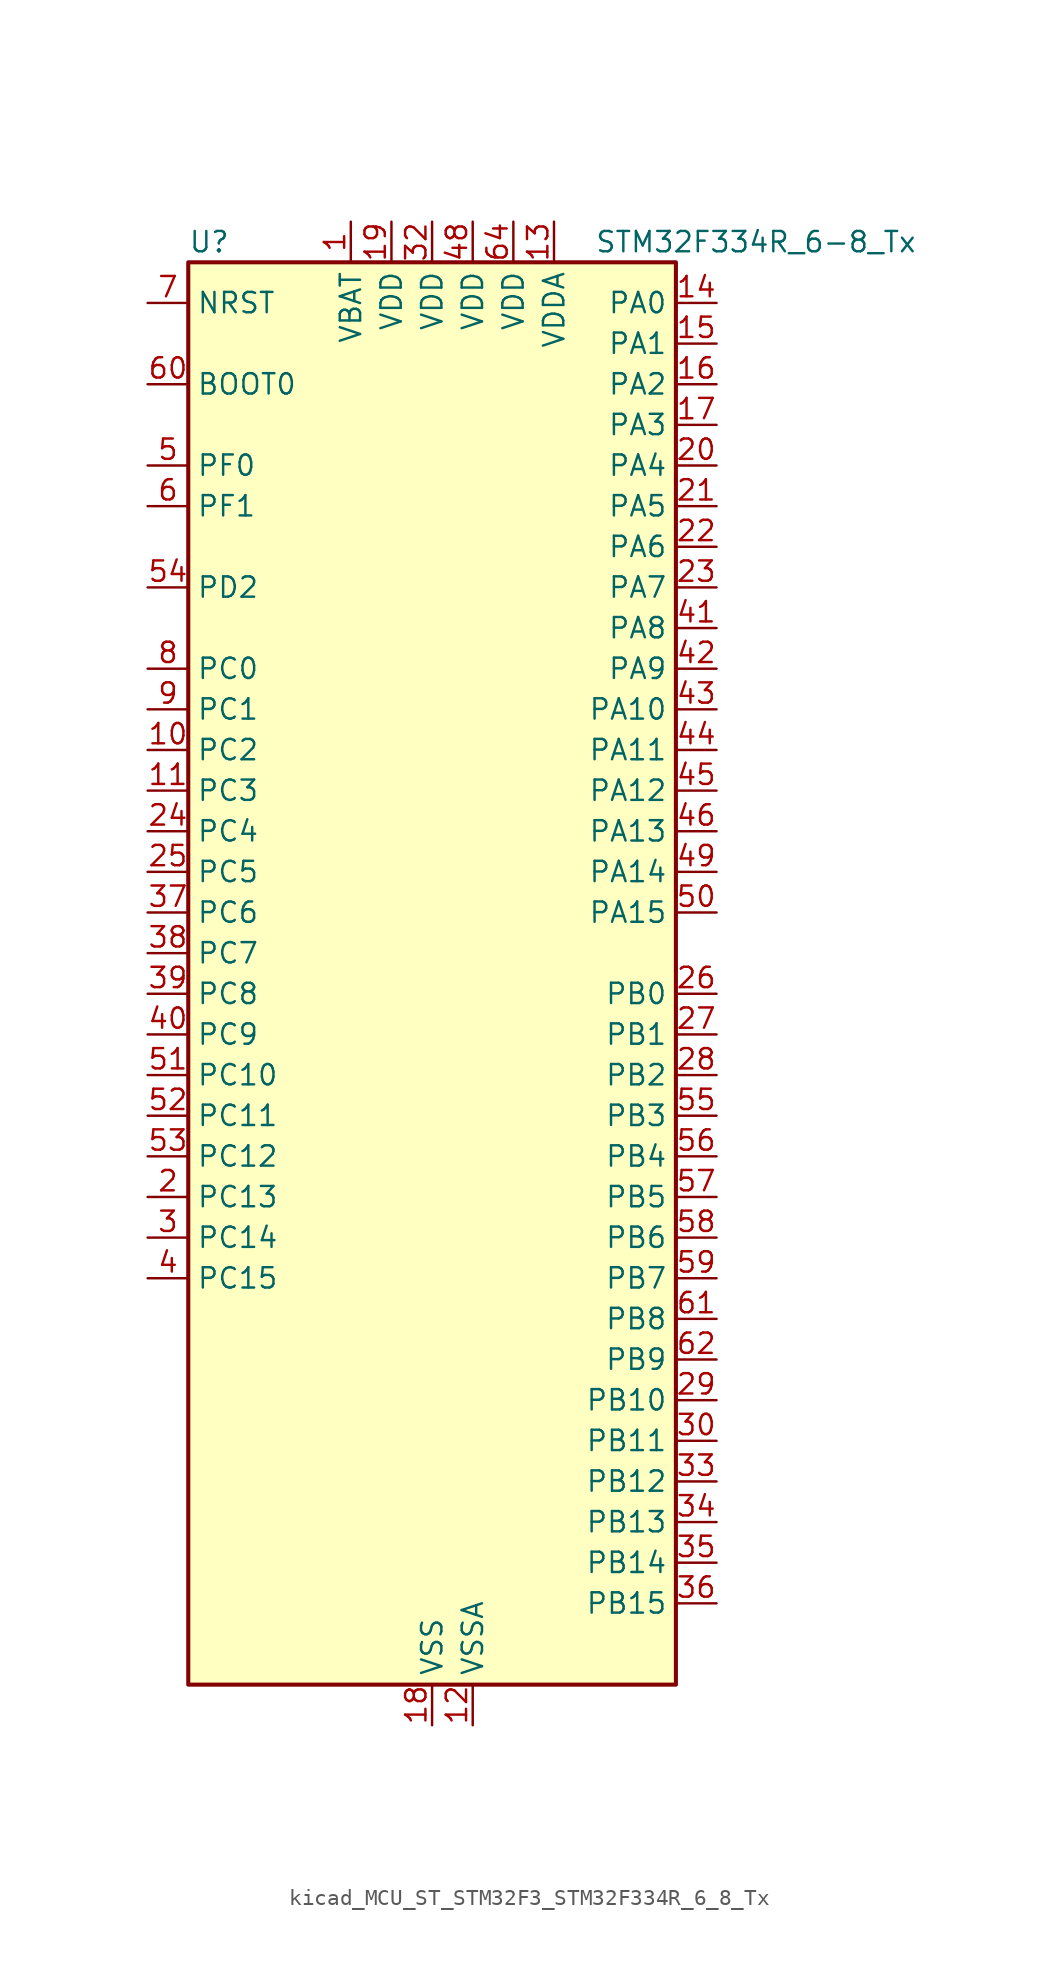
<source format=kicad_sym>
(kicad_symbol_lib
  (version 20220914)
  (generator kicad_symbol_editor)
  (symbol "kicad_MCU_ST_STM32F3_STM32F334R_6_8_Tx"
    (property "Reference" "U"
      (at -15.24 46.99 0)
      (effects (font (size 1.27 1.27)) (justify left)))
    (property "Value" "STM32F334R_6-8_Tx"
      (at 10.16 46.99 0)
      (effects (font (size 1.27 1.27)) (justify left)))
    (property "ki_locked" ""
      (at 0 0 0)
      (effects (font (size 1.27 1.27))))
    (symbol "kicad_MCU_ST_STM32F3_STM32F334R_6_8_Tx_0_1"
      (rectangle (start -15.24 -43.18) (end 15.24 45.72) (stroke (width 0.254) (type default)) (fill (type background))))
    (symbol "kicad_MCU_ST_STM32F3_STM32F334R_6_8_Tx_1_1"
      (pin power_in line (at -5.08 48.26 270) (length 2.54) (name "VBAT" (effects (font (size 1.27 1.27)))) (number "1" (effects (font (size 1.27 1.27)))))
      (pin bidirectional line (at -17.78 15.24 0) (length 2.54) (name "PC2" (effects (font (size 1.27 1.27)))) (number "10" (effects (font (size 1.27 1.27)))) (alternate "ADC1_IN8" bidirectional line) (alternate "ADC2_IN8" bidirectional line) (alternate "TIM1_CH3" bidirectional line))
      (pin bidirectional line (at -17.78 12.7 0) (length 2.54) (name "PC3" (effects (font (size 1.27 1.27)))) (number "11" (effects (font (size 1.27 1.27)))) (alternate "ADC1_IN9" bidirectional line) (alternate "ADC2_IN9" bidirectional line) (alternate "TIM1_BKIN2" bidirectional line) (alternate "TIM1_CH4" bidirectional line))
      (pin power_in line (at 2.54 -45.72 90) (length 2.54) (name "VSSA" (effects (font (size 1.27 1.27)))) (number "12" (effects (font (size 1.27 1.27)))))
      (pin power_in line (at 7.62 48.26 270) (length 2.54) (name "VDDA" (effects (font (size 1.27 1.27)))) (number "13" (effects (font (size 1.27 1.27)))))
      (pin bidirectional line (at 17.78 43.18 180) (length 2.54) (name "PA0" (effects (font (size 1.27 1.27)))) (number "14" (effects (font (size 1.27 1.27)))) (alternate "ADC1_IN1" bidirectional line) (alternate "RTC_TAMP2" bidirectional line) (alternate "SYS_WKUP1" bidirectional line) (alternate "TIM2_CH1" bidirectional line) (alternate "TIM2_ETR" bidirectional line) (alternate "TSC_G1_IO1" bidirectional line) (alternate "USART2_CTS" bidirectional line))
      (pin bidirectional line (at 17.78 40.64 180) (length 2.54) (name "PA1" (effects (font (size 1.27 1.27)))) (number "15" (effects (font (size 1.27 1.27)))) (alternate "ADC1_IN2" bidirectional line) (alternate "RTC_REFIN" bidirectional line) (alternate "TIM15_CH1N" bidirectional line) (alternate "TIM2_CH2" bidirectional line) (alternate "TSC_G1_IO2" bidirectional line) (alternate "USART2_DE" bidirectional line) (alternate "USART2_RTS" bidirectional line))
      (pin bidirectional line (at 17.78 38.1 180) (length 2.54) (name "PA2" (effects (font (size 1.27 1.27)))) (number "16" (effects (font (size 1.27 1.27)))) (alternate "ADC1_IN3" bidirectional line) (alternate "COMP2_INM" bidirectional line) (alternate "COMP2_OUT" bidirectional line) (alternate "TIM15_CH1" bidirectional line) (alternate "TIM2_CH3" bidirectional line) (alternate "TSC_G1_IO3" bidirectional line) (alternate "USART2_TX" bidirectional line))
      (pin bidirectional line (at 17.78 35.56 180) (length 2.54) (name "PA3" (effects (font (size 1.27 1.27)))) (number "17" (effects (font (size 1.27 1.27)))) (alternate "ADC1_IN4" bidirectional line) (alternate "TIM15_CH2" bidirectional line) (alternate "TIM2_CH4" bidirectional line) (alternate "TSC_G1_IO4" bidirectional line) (alternate "USART2_RX" bidirectional line))
      (pin power_in line (at 0 -45.72 90) (length 2.54) (name "VSS" (effects (font (size 1.27 1.27)))) (number "18" (effects (font (size 1.27 1.27)))))
      (pin power_in line (at -2.54 48.26 270) (length 2.54) (name "VDD" (effects (font (size 1.27 1.27)))) (number "19" (effects (font (size 1.27 1.27)))))
      (pin bidirectional line (at -17.78 -12.7 0) (length 2.54) (name "PC13" (effects (font (size 1.27 1.27)))) (number "2" (effects (font (size 1.27 1.27)))) (alternate "RTC_OUT_ALARM" bidirectional line) (alternate "RTC_OUT_CALIB" bidirectional line) (alternate "RTC_TAMP1" bidirectional line) (alternate "RTC_TS" bidirectional line) (alternate "SYS_WKUP2" bidirectional line) (alternate "TIM1_CH1N" bidirectional line))
      (pin bidirectional line (at 17.78 33.02 180) (length 2.54) (name "PA4" (effects (font (size 1.27 1.27)))) (number "20" (effects (font (size 1.27 1.27)))) (alternate "ADC2_IN1" bidirectional line) (alternate "COMP2_INM" bidirectional line) (alternate "COMP4_INM" bidirectional line) (alternate "COMP6_INM" bidirectional line) (alternate "DAC1_OUT1" bidirectional line) (alternate "SPI1_NSS" bidirectional line) (alternate "TIM3_CH2" bidirectional line) (alternate "TSC_G2_IO1" bidirectional line) (alternate "USART2_CK" bidirectional line))
      (pin bidirectional line (at 17.78 30.48 180) (length 2.54) (name "PA5" (effects (font (size 1.27 1.27)))) (number "21" (effects (font (size 1.27 1.27)))) (alternate "ADC2_IN2" bidirectional line) (alternate "DAC1_OUT2" bidirectional line) (alternate "OPAMP2_VINM" bidirectional line) (alternate "OPAMP2_VINM_SEC" bidirectional line) (alternate "SPI1_SCK" bidirectional line) (alternate "TIM2_CH1" bidirectional line) (alternate "TIM2_ETR" bidirectional line) (alternate "TSC_G2_IO2" bidirectional line))
      (pin bidirectional line (at 17.78 27.94 180) (length 2.54) (name "PA6" (effects (font (size 1.27 1.27)))) (number "22" (effects (font (size 1.27 1.27)))) (alternate "ADC2_IN3" bidirectional line) (alternate "DAC2_OUT1" bidirectional line) (alternate "OPAMP2_DIG" bidirectional line) (alternate "OPAMP2_VOUT" bidirectional line) (alternate "SPI1_MISO" bidirectional line) (alternate "TIM16_CH1" bidirectional line) (alternate "TIM1_BKIN" bidirectional line) (alternate "TIM3_CH1" bidirectional line) (alternate "TSC_G2_IO3" bidirectional line))
      (pin bidirectional line (at 17.78 25.4 180) (length 2.54) (name "PA7" (effects (font (size 1.27 1.27)))) (number "23" (effects (font (size 1.27 1.27)))) (alternate "ADC2_IN4" bidirectional line) (alternate "COMP2_INP" bidirectional line) (alternate "OPAMP2_VINP" bidirectional line) (alternate "OPAMP2_VINP_SEC" bidirectional line) (alternate "SPI1_MOSI" bidirectional line) (alternate "TIM17_CH1" bidirectional line) (alternate "TIM1_CH1N" bidirectional line) (alternate "TIM3_CH2" bidirectional line) (alternate "TSC_G2_IO4" bidirectional line))
      (pin bidirectional line (at -17.78 10.16 0) (length 2.54) (name "PC4" (effects (font (size 1.27 1.27)))) (number "24" (effects (font (size 1.27 1.27)))) (alternate "ADC2_IN5" bidirectional line) (alternate "TIM1_ETR" bidirectional line) (alternate "USART1_TX" bidirectional line))
      (pin bidirectional line (at -17.78 7.62 0) (length 2.54) (name "PC5" (effects (font (size 1.27 1.27)))) (number "25" (effects (font (size 1.27 1.27)))) (alternate "ADC2_IN11" bidirectional line) (alternate "OPAMP2_VINM" bidirectional line) (alternate "OPAMP2_VINM_SEC" bidirectional line) (alternate "TIM15_BKIN" bidirectional line) (alternate "TSC_G3_IO1" bidirectional line) (alternate "USART1_RX" bidirectional line))
      (pin bidirectional line (at 17.78 0 180) (length 2.54) (name "PB0" (effects (font (size 1.27 1.27)))) (number "26" (effects (font (size 1.27 1.27)))) (alternate "ADC1_IN11" bidirectional line) (alternate "COMP4_INP" bidirectional line) (alternate "OPAMP2_VINP" bidirectional line) (alternate "OPAMP2_VINP_SEC" bidirectional line) (alternate "TIM1_CH2N" bidirectional line) (alternate "TIM3_CH3" bidirectional line) (alternate "TSC_G3_IO2" bidirectional line))
      (pin bidirectional line (at 17.78 -2.54 180) (length 2.54) (name "PB1" (effects (font (size 1.27 1.27)))) (number "27" (effects (font (size 1.27 1.27)))) (alternate "ADC1_IN12" bidirectional line) (alternate "COMP4_OUT" bidirectional line) (alternate "HRTIM1_SCOUT" bidirectional line) (alternate "TIM1_CH3N" bidirectional line) (alternate "TIM3_CH4" bidirectional line) (alternate "TSC_G3_IO3" bidirectional line))
      (pin bidirectional line (at 17.78 -5.08 180) (length 2.54) (name "PB2" (effects (font (size 1.27 1.27)))) (number "28" (effects (font (size 1.27 1.27)))) (alternate "ADC2_IN12" bidirectional line) (alternate "COMP4_INM" bidirectional line) (alternate "HRTIM1_SCIN" bidirectional line) (alternate "TSC_G3_IO4" bidirectional line))
      (pin bidirectional line (at 17.78 -25.4 180) (length 2.54) (name "PB10" (effects (font (size 1.27 1.27)))) (number "29" (effects (font (size 1.27 1.27)))) (alternate "HRTIM1_FLT3" bidirectional line) (alternate "TIM2_CH3" bidirectional line) (alternate "TSC_SYNC" bidirectional line) (alternate "USART3_TX" bidirectional line))
      (pin bidirectional line (at -17.78 -15.24 0) (length 2.54) (name "PC14" (effects (font (size 1.27 1.27)))) (number "3" (effects (font (size 1.27 1.27)))) (alternate "RCC_OSC32_IN" bidirectional line))
      (pin bidirectional line (at 17.78 -27.94 180) (length 2.54) (name "PB11" (effects (font (size 1.27 1.27)))) (number "30" (effects (font (size 1.27 1.27)))) (alternate "ADC1_EXTI11" bidirectional line) (alternate "ADC2_EXTI11" bidirectional line) (alternate "COMP6_INP" bidirectional line) (alternate "HRTIM1_FLT4" bidirectional line) (alternate "TIM2_CH4" bidirectional line) (alternate "TSC_G6_IO1" bidirectional line) (alternate "USART3_RX" bidirectional line))
      (pin passive line (at 0 -45.72 90) (length 2.54) hide (name "VSS" (effects (font (size 1.27 1.27)))) (number "31" (effects (font (size 1.27 1.27)))))
      (pin power_in line (at 0 48.26 270) (length 2.54) (name "VDD" (effects (font (size 1.27 1.27)))) (number "32" (effects (font (size 1.27 1.27)))))
      (pin bidirectional line (at 17.78 -30.48 180) (length 2.54) (name "PB12" (effects (font (size 1.27 1.27)))) (number "33" (effects (font (size 1.27 1.27)))) (alternate "ADC2_IN13" bidirectional line) (alternate "HRTIM1_CHC1" bidirectional line) (alternate "TIM1_BKIN" bidirectional line) (alternate "TSC_G6_IO2" bidirectional line) (alternate "USART3_CK" bidirectional line))
      (pin bidirectional line (at 17.78 -33.02 180) (length 2.54) (name "PB13" (effects (font (size 1.27 1.27)))) (number "34" (effects (font (size 1.27 1.27)))) (alternate "ADC1_IN13" bidirectional line) (alternate "HRTIM1_CHC2" bidirectional line) (alternate "TIM1_CH1N" bidirectional line) (alternate "TSC_G6_IO3" bidirectional line) (alternate "USART3_CTS" bidirectional line))
      (pin bidirectional line (at 17.78 -35.56 180) (length 2.54) (name "PB14" (effects (font (size 1.27 1.27)))) (number "35" (effects (font (size 1.27 1.27)))) (alternate "ADC2_IN14" bidirectional line) (alternate "HRTIM1_CHD1" bidirectional line) (alternate "OPAMP2_VINP" bidirectional line) (alternate "OPAMP2_VINP_SEC" bidirectional line) (alternate "TIM15_CH1" bidirectional line) (alternate "TIM1_CH2N" bidirectional line) (alternate "TSC_G6_IO4" bidirectional line) (alternate "USART3_DE" bidirectional line) (alternate "USART3_RTS" bidirectional line))
      (pin bidirectional line (at 17.78 -38.1 180) (length 2.54) (name "PB15" (effects (font (size 1.27 1.27)))) (number "36" (effects (font (size 1.27 1.27)))) (alternate "ADC1_EXTI15" bidirectional line) (alternate "ADC2_EXTI15" bidirectional line) (alternate "ADC2_IN15" bidirectional line) (alternate "COMP6_INM" bidirectional line) (alternate "HRTIM1_CHD2" bidirectional line) (alternate "RTC_REFIN" bidirectional line) (alternate "TIM15_CH1N" bidirectional line) (alternate "TIM15_CH2" bidirectional line) (alternate "TIM1_CH3N" bidirectional line))
      (pin bidirectional line (at -17.78 5.08 0) (length 2.54) (name "PC6" (effects (font (size 1.27 1.27)))) (number "37" (effects (font (size 1.27 1.27)))) (alternate "COMP6_OUT" bidirectional line) (alternate "HRTIM1_EEV10" bidirectional line) (alternate "TIM3_CH1" bidirectional line))
      (pin bidirectional line (at -17.78 2.54 0) (length 2.54) (name "PC7" (effects (font (size 1.27 1.27)))) (number "38" (effects (font (size 1.27 1.27)))) (alternate "HRTIM1_FLT5" bidirectional line) (alternate "TIM3_CH2" bidirectional line))
      (pin bidirectional line (at -17.78 0 0) (length 2.54) (name "PC8" (effects (font (size 1.27 1.27)))) (number "39" (effects (font (size 1.27 1.27)))) (alternate "HRTIM1_CHE1" bidirectional line) (alternate "TIM3_CH3" bidirectional line))
      (pin bidirectional line (at -17.78 -17.78 0) (length 2.54) (name "PC15" (effects (font (size 1.27 1.27)))) (number "4" (effects (font (size 1.27 1.27)))) (alternate "ADC1_EXTI15" bidirectional line) (alternate "ADC2_EXTI15" bidirectional line) (alternate "RCC_OSC32_OUT" bidirectional line))
      (pin bidirectional line (at -17.78 -2.54 0) (length 2.54) (name "PC9" (effects (font (size 1.27 1.27)))) (number "40" (effects (font (size 1.27 1.27)))) (alternate "DAC1_EXTI9" bidirectional line) (alternate "DAC2_EXTI9" bidirectional line) (alternate "HRTIM1_CHE2" bidirectional line) (alternate "TIM3_CH4" bidirectional line))
      (pin bidirectional line (at 17.78 22.86 180) (length 2.54) (name "PA8" (effects (font (size 1.27 1.27)))) (number "41" (effects (font (size 1.27 1.27)))) (alternate "HRTIM1_CHA1" bidirectional line) (alternate "RCC_MCO" bidirectional line) (alternate "TIM1_CH1" bidirectional line) (alternate "USART1_CK" bidirectional line))
      (pin bidirectional line (at 17.78 20.32 180) (length 2.54) (name "PA9" (effects (font (size 1.27 1.27)))) (number "42" (effects (font (size 1.27 1.27)))) (alternate "DAC1_EXTI9" bidirectional line) (alternate "DAC2_EXTI9" bidirectional line) (alternate "HRTIM1_CHA2" bidirectional line) (alternate "TIM15_BKIN" bidirectional line) (alternate "TIM1_CH2" bidirectional line) (alternate "TIM2_CH3" bidirectional line) (alternate "TSC_G4_IO1" bidirectional line) (alternate "USART1_TX" bidirectional line))
      (pin bidirectional line (at 17.78 17.78 180) (length 2.54) (name "PA10" (effects (font (size 1.27 1.27)))) (number "43" (effects (font (size 1.27 1.27)))) (alternate "COMP6_OUT" bidirectional line) (alternate "HRTIM1_CHB1" bidirectional line) (alternate "TIM17_BKIN" bidirectional line) (alternate "TIM1_CH3" bidirectional line) (alternate "TIM2_CH4" bidirectional line) (alternate "TSC_G4_IO2" bidirectional line) (alternate "USART1_RX" bidirectional line))
      (pin bidirectional line (at 17.78 15.24 180) (length 2.54) (name "PA11" (effects (font (size 1.27 1.27)))) (number "44" (effects (font (size 1.27 1.27)))) (alternate "ADC1_EXTI11" bidirectional line) (alternate "ADC2_EXTI11" bidirectional line) (alternate "CAN_RX" bidirectional line) (alternate "HRTIM1_CHB2" bidirectional line) (alternate "TIM1_BKIN2" bidirectional line) (alternate "TIM1_CH1N" bidirectional line) (alternate "TIM1_CH4" bidirectional line) (alternate "USART1_CTS" bidirectional line))
      (pin bidirectional line (at 17.78 12.7 180) (length 2.54) (name "PA12" (effects (font (size 1.27 1.27)))) (number "45" (effects (font (size 1.27 1.27)))) (alternate "CAN_TX" bidirectional line) (alternate "COMP2_OUT" bidirectional line) (alternate "HRTIM1_FLT1" bidirectional line) (alternate "TIM16_CH1" bidirectional line) (alternate "TIM1_CH2N" bidirectional line) (alternate "TIM1_ETR" bidirectional line) (alternate "USART1_DE" bidirectional line) (alternate "USART1_RTS" bidirectional line))
      (pin bidirectional line (at 17.78 10.16 180) (length 2.54) (name "PA13" (effects (font (size 1.27 1.27)))) (number "46" (effects (font (size 1.27 1.27)))) (alternate "IR_OUT" bidirectional line) (alternate "SYS_JTMS-SWDIO" bidirectional line) (alternate "TIM16_CH1N" bidirectional line) (alternate "TSC_G4_IO3" bidirectional line) (alternate "USART3_CTS" bidirectional line))
      (pin passive line (at 0 -45.72 90) (length 2.54) hide (name "VSS" (effects (font (size 1.27 1.27)))) (number "47" (effects (font (size 1.27 1.27)))))
      (pin power_in line (at 2.54 48.26 270) (length 2.54) (name "VDD" (effects (font (size 1.27 1.27)))) (number "48" (effects (font (size 1.27 1.27)))))
      (pin bidirectional line (at 17.78 7.62 180) (length 2.54) (name "PA14" (effects (font (size 1.27 1.27)))) (number "49" (effects (font (size 1.27 1.27)))) (alternate "I2C1_SDA" bidirectional line) (alternate "SYS_JTCK-SWCLK" bidirectional line) (alternate "TIM1_BKIN" bidirectional line) (alternate "TSC_G4_IO4" bidirectional line) (alternate "USART2_TX" bidirectional line))
      (pin bidirectional line (at -17.78 33.02 0) (length 2.54) (name "PF0" (effects (font (size 1.27 1.27)))) (number "5" (effects (font (size 1.27 1.27)))) (alternate "RCC_OSC_IN" bidirectional line) (alternate "TIM1_CH3N" bidirectional line))
      (pin bidirectional line (at 17.78 5.08 180) (length 2.54) (name "PA15" (effects (font (size 1.27 1.27)))) (number "50" (effects (font (size 1.27 1.27)))) (alternate "ADC1_EXTI15" bidirectional line) (alternate "ADC2_EXTI15" bidirectional line) (alternate "HRTIM1_FLT2" bidirectional line) (alternate "I2C1_SCL" bidirectional line) (alternate "SPI1_NSS" bidirectional line) (alternate "SYS_JTDI" bidirectional line) (alternate "TIM1_BKIN" bidirectional line) (alternate "TIM2_CH1" bidirectional line) (alternate "TIM2_ETR" bidirectional line) (alternate "TSC_SYNC" bidirectional line) (alternate "USART2_RX" bidirectional line))
      (pin bidirectional line (at -17.78 -5.08 0) (length 2.54) (name "PC10" (effects (font (size 1.27 1.27)))) (number "51" (effects (font (size 1.27 1.27)))) (alternate "USART3_TX" bidirectional line))
      (pin bidirectional line (at -17.78 -7.62 0) (length 2.54) (name "PC11" (effects (font (size 1.27 1.27)))) (number "52" (effects (font (size 1.27 1.27)))) (alternate "ADC1_EXTI11" bidirectional line) (alternate "ADC2_EXTI11" bidirectional line) (alternate "HRTIM1_EEV2" bidirectional line) (alternate "USART3_RX" bidirectional line))
      (pin bidirectional line (at -17.78 -10.16 0) (length 2.54) (name "PC12" (effects (font (size 1.27 1.27)))) (number "53" (effects (font (size 1.27 1.27)))) (alternate "HRTIM1_EEV1" bidirectional line) (alternate "USART3_CK" bidirectional line))
      (pin bidirectional line (at -17.78 25.4 0) (length 2.54) (name "PD2" (effects (font (size 1.27 1.27)))) (number "54" (effects (font (size 1.27 1.27)))) (alternate "TIM3_ETR" bidirectional line))
      (pin bidirectional line (at 17.78 -7.62 180) (length 2.54) (name "PB3" (effects (font (size 1.27 1.27)))) (number "55" (effects (font (size 1.27 1.27)))) (alternate "HRTIM1_EEV9" bidirectional line) (alternate "HRTIM1_SCOUT" bidirectional line) (alternate "SPI1_SCK" bidirectional line) (alternate "SYS_JTDO-TRACESWO" bidirectional line) (alternate "TIM2_CH2" bidirectional line) (alternate "TIM3_ETR" bidirectional line) (alternate "TSC_G5_IO1" bidirectional line) (alternate "USART2_TX" bidirectional line))
      (pin bidirectional line (at 17.78 -10.16 180) (length 2.54) (name "PB4" (effects (font (size 1.27 1.27)))) (number "56" (effects (font (size 1.27 1.27)))) (alternate "HRTIM1_EEV7" bidirectional line) (alternate "SPI1_MISO" bidirectional line) (alternate "SYS_NJTRST" bidirectional line) (alternate "TIM16_CH1" bidirectional line) (alternate "TIM17_BKIN" bidirectional line) (alternate "TIM3_CH1" bidirectional line) (alternate "TSC_G5_IO2" bidirectional line) (alternate "USART2_RX" bidirectional line))
      (pin bidirectional line (at 17.78 -12.7 180) (length 2.54) (name "PB5" (effects (font (size 1.27 1.27)))) (number "57" (effects (font (size 1.27 1.27)))) (alternate "HRTIM1_EEV6" bidirectional line) (alternate "I2C1_SMBA" bidirectional line) (alternate "SPI1_MOSI" bidirectional line) (alternate "TIM16_BKIN" bidirectional line) (alternate "TIM17_CH1" bidirectional line) (alternate "TIM3_CH2" bidirectional line) (alternate "USART2_CK" bidirectional line))
      (pin bidirectional line (at 17.78 -15.24 180) (length 2.54) (name "PB6" (effects (font (size 1.27 1.27)))) (number "58" (effects (font (size 1.27 1.27)))) (alternate "HRTIM1_EEV4" bidirectional line) (alternate "HRTIM1_SCIN" bidirectional line) (alternate "I2C1_SCL" bidirectional line) (alternate "TIM16_CH1N" bidirectional line) (alternate "TSC_G5_IO3" bidirectional line) (alternate "USART1_TX" bidirectional line))
      (pin bidirectional line (at 17.78 -17.78 180) (length 2.54) (name "PB7" (effects (font (size 1.27 1.27)))) (number "59" (effects (font (size 1.27 1.27)))) (alternate "HRTIM1_EEV3" bidirectional line) (alternate "I2C1_SDA" bidirectional line) (alternate "TIM17_CH1N" bidirectional line) (alternate "TIM3_CH4" bidirectional line) (alternate "TSC_G5_IO4" bidirectional line) (alternate "USART1_RX" bidirectional line))
      (pin bidirectional line (at -17.78 30.48 0) (length 2.54) (name "PF1" (effects (font (size 1.27 1.27)))) (number "6" (effects (font (size 1.27 1.27)))) (alternate "RCC_OSC_OUT" bidirectional line))
      (pin input line (at -17.78 38.1 0) (length 2.54) (name "BOOT0" (effects (font (size 1.27 1.27)))) (number "60" (effects (font (size 1.27 1.27)))))
      (pin bidirectional line (at 17.78 -20.32 180) (length 2.54) (name "PB8" (effects (font (size 1.27 1.27)))) (number "61" (effects (font (size 1.27 1.27)))) (alternate "CAN_RX" bidirectional line) (alternate "HRTIM1_EEV8" bidirectional line) (alternate "I2C1_SCL" bidirectional line) (alternate "TIM16_CH1" bidirectional line) (alternate "TIM1_BKIN" bidirectional line) (alternate "TSC_SYNC" bidirectional line) (alternate "USART3_RX" bidirectional line))
      (pin bidirectional line (at 17.78 -22.86 180) (length 2.54) (name "PB9" (effects (font (size 1.27 1.27)))) (number "62" (effects (font (size 1.27 1.27)))) (alternate "CAN_TX" bidirectional line) (alternate "COMP2_OUT" bidirectional line) (alternate "DAC1_EXTI9" bidirectional line) (alternate "DAC2_EXTI9" bidirectional line) (alternate "HRTIM1_EEV5" bidirectional line) (alternate "I2C1_SDA" bidirectional line) (alternate "IR_OUT" bidirectional line) (alternate "TIM17_CH1" bidirectional line) (alternate "USART3_TX" bidirectional line))
      (pin passive line (at 0 -45.72 90) (length 2.54) hide (name "VSS" (effects (font (size 1.27 1.27)))) (number "63" (effects (font (size 1.27 1.27)))))
      (pin power_in line (at 5.08 48.26 270) (length 2.54) (name "VDD" (effects (font (size 1.27 1.27)))) (number "64" (effects (font (size 1.27 1.27)))))
      (pin input line (at -17.78 43.18 0) (length 2.54) (name "NRST" (effects (font (size 1.27 1.27)))) (number "7" (effects (font (size 1.27 1.27)))))
      (pin bidirectional line (at -17.78 20.32 0) (length 2.54) (name "PC0" (effects (font (size 1.27 1.27)))) (number "8" (effects (font (size 1.27 1.27)))) (alternate "ADC1_IN6" bidirectional line) (alternate "ADC2_IN6" bidirectional line) (alternate "TIM1_CH1" bidirectional line))
      (pin bidirectional line (at -17.78 17.78 0) (length 2.54) (name "PC1" (effects (font (size 1.27 1.27)))) (number "9" (effects (font (size 1.27 1.27)))) (alternate "ADC1_IN7" bidirectional line) (alternate "ADC2_IN7" bidirectional line) (alternate "TIM1_CH2" bidirectional line)))))
</source>
